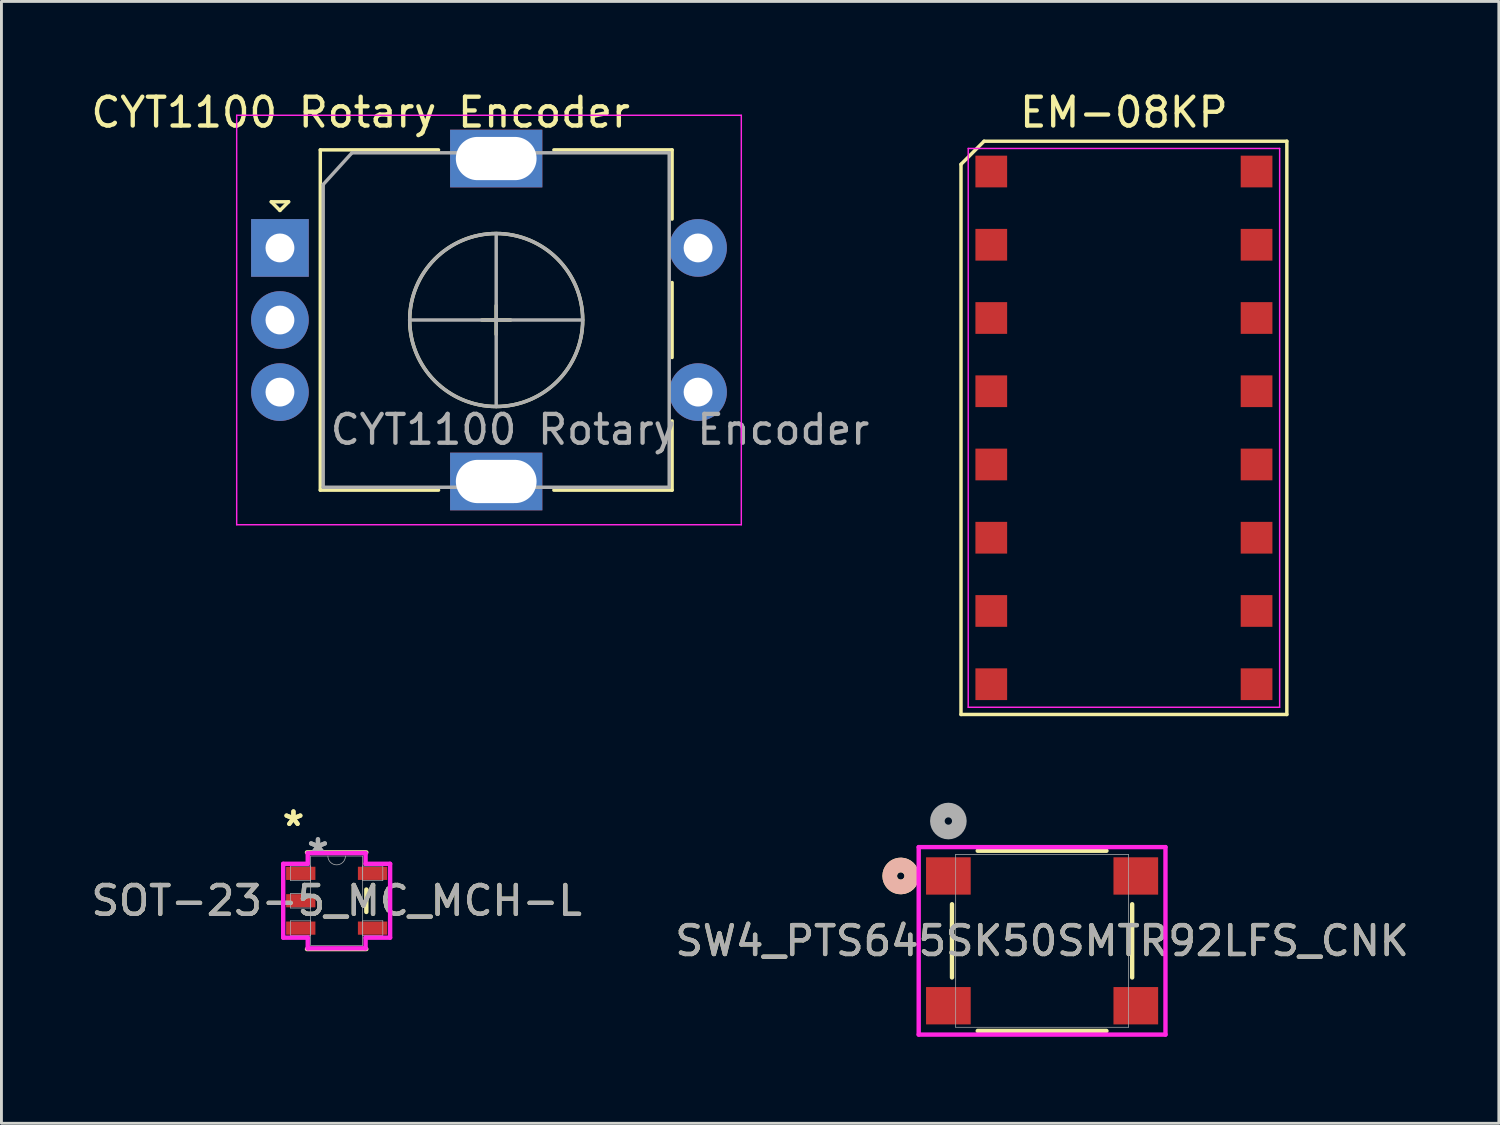
<source format=kicad_pcb>
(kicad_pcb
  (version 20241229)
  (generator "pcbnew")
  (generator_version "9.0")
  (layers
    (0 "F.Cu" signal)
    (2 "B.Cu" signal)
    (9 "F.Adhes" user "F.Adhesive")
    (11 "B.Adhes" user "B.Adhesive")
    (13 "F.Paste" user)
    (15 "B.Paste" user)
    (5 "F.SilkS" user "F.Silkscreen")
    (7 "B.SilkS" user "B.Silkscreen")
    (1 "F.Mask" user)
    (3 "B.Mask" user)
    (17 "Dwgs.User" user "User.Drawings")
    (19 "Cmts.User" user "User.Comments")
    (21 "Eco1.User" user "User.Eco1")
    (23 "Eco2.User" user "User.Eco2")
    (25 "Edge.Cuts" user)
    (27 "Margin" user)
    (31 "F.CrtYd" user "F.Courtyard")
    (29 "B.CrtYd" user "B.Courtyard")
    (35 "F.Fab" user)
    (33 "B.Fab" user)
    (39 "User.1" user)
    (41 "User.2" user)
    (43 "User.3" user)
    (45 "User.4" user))
  (footprint "SW4_PTS645SK50SMTR92LFS_CNK"
    (layer "F.Cu")
    (at 33.089 29.578)
    (property "Reference" "SW4_PTS645SK50SMTR92LFS_CNK" (at 0 0 0) (unlocked yes) (layer "F.SilkS") (effects (font (size 1 1) (thickness 0.15))))
    (attr smd)
    (fp_line (start -3.124 -1.27) (end -3.124 1.27) (stroke (width 0.152) (type solid)) (layer "F.SilkS"))
    (fp_line (start -2.232 3.124) (end 2.232 3.124) (stroke (width 0.152) (type solid)) (layer "F.SilkS"))
    (fp_line (start 2.232 -3.124) (end -2.232 -3.124) (stroke (width 0.152) (type solid)) (layer "F.SilkS"))
    (fp_line (start 3.124 1.27) (end 3.124 -1.27) (stroke (width 0.152) (type solid)) (layer "F.SilkS"))
    (fp_arc (start -4.535241 -2.14752) (mid -5.2832 -2.250001) (end -4.535241 -2.352481) (stroke (width 0.508) (type solid)) (layer "F.SilkS"))
    (fp_circle (center -4.902 -2.25) (end -4.521 -2.25) (stroke (width 0.508) (type solid)) (fill no) (layer "B.SilkS"))
    (fp_line (start -4.279 -3.251) (end -4.279 3.251) (stroke (width 0.152) (type solid)) (layer "F.CrtYd"))
    (fp_line (start -4.279 3.251) (end 4.279 3.251) (stroke (width 0.152) (type solid)) (layer "F.CrtYd"))
    (fp_line (start 4.279 -3.251) (end -4.279 -3.251) (stroke (width 0.152) (type solid)) (layer "F.CrtYd"))
    (fp_line (start 4.279 3.251) (end 4.279 -3.251) (stroke (width 0.152) (type solid)) (layer "F.CrtYd"))
    (fp_line (start -2.997 -2.997) (end -2.997 2.997) (stroke (width 0.025) (type solid)) (layer "F.Fab"))
    (fp_line (start -2.997 2.997) (end 2.997 2.997) (stroke (width 0.025) (type solid)) (layer "F.Fab"))
    (fp_line (start 2.997 -2.997) (end -2.997 -2.997) (stroke (width 0.025) (type solid)) (layer "F.Fab"))
    (fp_line (start 2.997 2.997) (end 2.997 -2.997) (stroke (width 0.025) (type solid)) (layer "F.Fab"))
    (fp_circle (center -3.25 -4.155) (end -2.869 -4.155) (stroke (width 0.508) (type solid)) (fill no) (layer "F.Fab"))
    (fp_text user "${REFERENCE}" (at 0 0 0) (unlocked yes) (layer "F.Fab") (effects (font (size 1 1) (thickness 0.15))))
    (pad "1" smd rect (at -3.25 -2.25) (size 1.549 1.295) (layers "F.Cu" "F.Mask" "F.Paste"))
    (pad "2" smd rect (at 3.25 -2.25) (size 1.549 1.295) (layers "F.Cu" "F.Mask" "F.Paste"))
    (pad "3" smd rect (at -3.25 2.25) (size 1.549 1.295) (layers "F.Cu" "F.Mask" "F.Paste"))
    (pad "4" smd rect (at 3.25 2.25) (size 1.549 1.295) (layers "F.Cu" "F.Mask" "F.Paste")))
  (footprint "CYT1100 Rotary Encoder"
    (layer "F.Cu")
    (at 6.658 5.548)
    (property "Reference" "CYT1100 Rotary Encoder" (at 2.8 -4.7 0) (layer "F.SilkS") (effects (font (size 1 1) (thickness 0.15))))
    (attr through_hole)
    (fp_line (start -0.3 -1.6) (end 0.3 -1.6) (stroke (width 0.12) (type solid)) (layer "F.SilkS"))
    (fp_line (start 0 -1.3) (end -0.3 -1.6) (stroke (width 0.12) (type solid)) (layer "F.SilkS"))
    (fp_line (start 0.3 -1.6) (end 0 -1.3) (stroke (width 0.12) (type solid)) (layer "F.SilkS"))
    (fp_line (start 1.4 -3.4) (end 1.4 8.4) (stroke (width 0.12) (type solid)) (layer "F.SilkS"))
    (fp_line (start 5.5 -3.4) (end 1.4 -3.4) (stroke (width 0.12) (type solid)) (layer "F.SilkS"))
    (fp_line (start 5.5 8.4) (end 1.4 8.4) (stroke (width 0.12) (type solid)) (layer "F.SilkS"))
    (fp_line (start 7 2.5) (end 8 2.5) (stroke (width 0.12) (type solid)) (layer "F.SilkS"))
    (fp_line (start 7.5 2) (end 7.5 3) (stroke (width 0.12) (type solid)) (layer "F.SilkS"))
    (fp_line (start 9.5 -3.4) (end 13.6 -3.4) (stroke (width 0.12) (type solid)) (layer "F.SilkS"))
    (fp_line (start 13.6 -3.4) (end 13.6 -1) (stroke (width 0.12) (type solid)) (layer "F.SilkS"))
    (fp_line (start 13.6 1.2) (end 13.6 3.8) (stroke (width 0.12) (type solid)) (layer "F.SilkS"))
    (fp_line (start 13.6 6) (end 13.6 8.4) (stroke (width 0.12) (type solid)) (layer "F.SilkS"))
    (fp_line (start 13.6 8.4) (end 9.5 8.4) (stroke (width 0.12) (type solid)) (layer "F.SilkS"))
    (fp_circle (center 7.5 2.5) (end 10.5 2.5) (stroke (width 0.12) (type solid)) (fill no) (layer "F.SilkS"))
    (fp_line (start -1.5 -4.6) (end -1.5 9.6) (stroke (width 0.05) (type solid)) (layer "F.CrtYd"))
    (fp_line (start -1.5 -4.6) (end 16 -4.6) (stroke (width 0.05) (type solid)) (layer "F.CrtYd"))
    (fp_line (start 16 9.6) (end -1.5 9.6) (stroke (width 0.05) (type solid)) (layer "F.CrtYd"))
    (fp_line (start 16 9.6) (end 16 -4.6) (stroke (width 0.05) (type solid)) (layer "F.CrtYd"))
    (fp_line (start 1.5 -2.2) (end 2.5 -3.3) (stroke (width 0.12) (type solid)) (layer "F.Fab"))
    (fp_line (start 1.5 8.3) (end 1.5 -2.2) (stroke (width 0.12) (type solid)) (layer "F.Fab"))
    (fp_line (start 2.5 -3.3) (end 13.5 -3.3) (stroke (width 0.12) (type solid)) (layer "F.Fab"))
    (fp_line (start 4.5 2.5) (end 10.5 2.5) (stroke (width 0.12) (type solid)) (layer "F.Fab"))
    (fp_line (start 7.5 -0.5) (end 7.5 5.5) (stroke (width 0.12) (type solid)) (layer "F.Fab"))
    (fp_line (start 13.5 -3.3) (end 13.5 8.3) (stroke (width 0.12) (type solid)) (layer "F.Fab"))
    (fp_line (start 13.5 8.3) (end 1.5 8.3) (stroke (width 0.12) (type solid)) (layer "F.Fab"))
    (fp_circle (center 7.5 2.5) (end 10.5 2.5) (stroke (width 0.12) (type solid)) (fill no) (layer "F.Fab"))
    (fp_text user "${REFERENCE}" (at 11.1 6.3 0) (layer "F.Fab") (effects (font (size 1 1) (thickness 0.15))))
    (pad "A" thru_hole rect (at 0 0) (size 2 2) (drill 1) (layers "*.Cu" "*.Mask"))
    (pad "B" thru_hole circle (at 0 5) (size 2 2) (drill 1) (layers "*.Cu" "*.Mask"))
    (pad "C" thru_hole circle (at 0 2.5) (size 2 2) (drill 1) (layers "*.Cu" "*.Mask"))
    (pad "MP" thru_hole rect (at 7.5 -3.1) (size 3.2 2) (drill oval 2.8 1.5) (layers "*.Cu" "*.Mask"))
    (pad "MP" thru_hole rect (at 7.5 8.1) (size 3.2 2) (drill oval 2.8 1.5) (layers "*.Cu" "*.Mask"))
    (pad "S1" thru_hole circle (at 14.5 5) (size 2 2) (drill 1) (layers "*.Cu" "*.Mask"))
    (pad "S2" thru_hole circle (at 14.5 0) (size 2 2) (drill 1) (layers "*.Cu" "*.Mask")))
  (footprint "EM-08KP"
    (layer "F.Cu")
    (at 36.082 12.423)
    (property "Reference" "EM-08KP" (at -0.155 -11.575 0) (layer "F.SilkS") (effects (font (size 1 1) (thickness 0.15))))
    (attr smd)
    (fp_line (start -5.805 -9.775) (end -5.005 -10.575) (stroke (width 0.12) (type default)) (layer "F.SilkS"))
    (fp_line (start -5.805 9.305) (end -5.805 -9.775) (stroke (width 0.12) (type default)) (layer "F.SilkS"))
    (fp_line (start -5.005 -10.575) (end 5.495 -10.575) (stroke (width 0.12) (type default)) (layer "F.SilkS"))
    (fp_line (start 5.495 -10.575) (end 5.495 9.305) (stroke (width 0.12) (type default)) (layer "F.SilkS"))
    (fp_line (start 5.495 9.305) (end -5.805 9.305) (stroke (width 0.12) (type default)) (layer "F.SilkS"))
    (fp_line (start -5.555 -10.325) (end 5.245 -10.325) (stroke (width 0.05) (type default)) (layer "F.CrtYd"))
    (fp_line (start -5.555 9.055) (end -5.555 -10.325) (stroke (width 0.05) (type default)) (layer "F.CrtYd"))
    (fp_line (start 5.245 -10.325) (end 5.245 9.055) (stroke (width 0.05) (type default)) (layer "F.CrtYd"))
    (fp_line (start 5.245 9.055) (end -5.555 9.055) (stroke (width 0.05) (type default)) (layer "F.CrtYd"))
    (pad "1" smd rect (at -4.755 -9.525 270) (size 1.1 1.1) (layers "F.Cu" "F.Mask" "F.Paste"))
    (pad "2" smd rect (at -4.755 -6.985 270) (size 1.1 1.1) (layers "F.Cu" "F.Mask" "F.Paste"))
    (pad "3" smd rect (at -4.755 -4.445 270) (size 1.1 1.1) (layers "F.Cu" "F.Mask" "F.Paste"))
    (pad "4" smd rect (at -4.755 -1.905 270) (size 1.1 1.1) (layers "F.Cu" "F.Mask" "F.Paste"))
    (pad "5" smd rect (at -4.755 0.635 270) (size 1.1 1.1) (layers "F.Cu" "F.Mask" "F.Paste"))
    (pad "6" smd rect (at -4.755 3.175 270) (size 1.1 1.1) (layers "F.Cu" "F.Mask" "F.Paste"))
    (pad "7" smd rect (at -4.755 5.715 270) (size 1.1 1.1) (layers "F.Cu" "F.Mask" "F.Paste"))
    (pad "8" smd rect (at -4.755 8.255 270) (size 1.1 1.1) (layers "F.Cu" "F.Mask" "F.Paste"))
    (pad "9" smd rect (at 4.445 8.255 270) (size 1.1 1.1) (layers "F.Cu" "F.Mask" "F.Paste"))
    (pad "10" smd rect (at 4.445 5.715 270) (size 1.1 1.1) (layers "F.Cu" "F.Mask" "F.Paste"))
    (pad "11" smd rect (at 4.445 3.175 270) (size 1.1 1.1) (layers "F.Cu" "F.Mask" "F.Paste"))
    (pad "12" smd rect (at 4.445 0.635 270) (size 1.1 1.1) (layers "F.Cu" "F.Mask" "F.Paste"))
    (pad "13" smd rect (at 4.445 -1.905 270) (size 1.1 1.1) (layers "F.Cu" "F.Mask" "F.Paste"))
    (pad "14" smd rect (at 4.445 -4.445 270) (size 1.1 1.1) (layers "F.Cu" "F.Mask" "F.Paste"))
    (pad "15" smd rect (at 4.445 -6.985 270) (size 1.1 1.1) (layers "F.Cu" "F.Mask" "F.Paste"))
    (pad "16" smd rect (at 4.445 -9.525 270) (size 1.1 1.1) (layers "F.Cu" "F.Mask" "F.Paste")))
  (footprint "SOT-23-5_MC_MCH-L"
    (layer "F.Cu")
    (at 8.625 28.187)
    (property "Reference" "SOT-23-5_MC_MCH-L" (at 0 0 0) (unlocked yes) (layer "F.SilkS") (effects (font (size 1 1) (thickness 0.15))))
    (attr smd)
    (fp_line (start -1.029 1.676) (end 1.029 1.676) (stroke (width 0.152) (type solid)) (layer "F.SilkS"))
    (fp_line (start 1.029 -1.676) (end -1.029 -1.676) (stroke (width 0.152) (type solid)) (layer "F.SilkS"))
    (fp_line (start 1.029 0.389) (end 1.029 -0.389) (stroke (width 0.152) (type solid)) (layer "F.SilkS"))
    (fp_line (start -1.854 -1.28) (end -1.003 -1.28) (stroke (width 0.152) (type solid)) (layer "F.CrtYd"))
    (fp_line (start -1.854 1.28) (end -1.854 -1.28) (stroke (width 0.152) (type solid)) (layer "F.CrtYd"))
    (fp_line (start -1.003 -1.651) (end 1.003 -1.651) (stroke (width 0.152) (type solid)) (layer "F.CrtYd"))
    (fp_line (start -1.003 -1.28) (end -1.003 -1.651) (stroke (width 0.152) (type solid)) (layer "F.CrtYd"))
    (fp_line (start -1.003 1.28) (end -1.854 1.28) (stroke (width 0.152) (type solid)) (layer "F.CrtYd"))
    (fp_line (start -1.003 1.651) (end -1.003 1.28) (stroke (width 0.152) (type solid)) (layer "F.CrtYd"))
    (fp_line (start 1.003 -1.651) (end 1.003 -1.28) (stroke (width 0.152) (type solid)) (layer "F.CrtYd"))
    (fp_line (start 1.003 -1.28) (end 1.854 -1.28) (stroke (width 0.152) (type solid)) (layer "F.CrtYd"))
    (fp_line (start 1.003 1.28) (end 1.003 1.651) (stroke (width 0.152) (type solid)) (layer "F.CrtYd"))
    (fp_line (start 1.003 1.651) (end -1.003 1.651) (stroke (width 0.152) (type solid)) (layer "F.CrtYd"))
    (fp_line (start 1.854 -1.28) (end 1.854 1.28) (stroke (width 0.152) (type solid)) (layer "F.CrtYd"))
    (fp_line (start 1.854 1.28) (end 1.003 1.28) (stroke (width 0.152) (type solid)) (layer "F.CrtYd"))
    (fp_line (start -1.6 -1.204) (end -1.6 -0.696) (stroke (width 0.025) (type solid)) (layer "F.Fab"))
    (fp_line (start -1.6 -0.696) (end -0.902 -0.696) (stroke (width 0.025) (type solid)) (layer "F.Fab"))
    (fp_line (start -1.6 -0.254) (end -1.6 0.254) (stroke (width 0.025) (type solid)) (layer "F.Fab"))
    (fp_line (start -1.6 0.254) (end -0.902 0.254) (stroke (width 0.025) (type solid)) (layer "F.Fab"))
    (fp_line (start -1.6 0.696) (end -1.6 1.204) (stroke (width 0.025) (type solid)) (layer "F.Fab"))
    (fp_line (start -1.6 1.204) (end -0.902 1.204) (stroke (width 0.025) (type solid)) (layer "F.Fab"))
    (fp_line (start -0.902 -1.549) (end -0.902 1.549) (stroke (width 0.025) (type solid)) (layer "F.Fab"))
    (fp_line (start -0.902 -1.204) (end -1.6 -1.204) (stroke (width 0.025) (type solid)) (layer "F.Fab"))
    (fp_line (start -0.902 -0.696) (end -0.902 -1.204) (stroke (width 0.025) (type solid)) (layer "F.Fab"))
    (fp_line (start -0.902 -0.254) (end -1.6 -0.254) (stroke (width 0.025) (type solid)) (layer "F.Fab"))
    (fp_line (start -0.902 0.254) (end -0.902 -0.254) (stroke (width 0.025) (type solid)) (layer "F.Fab"))
    (fp_line (start -0.902 0.696) (end -1.6 0.696) (stroke (width 0.025) (type solid)) (layer "F.Fab"))
    (fp_line (start -0.902 1.204) (end -0.902 0.696) (stroke (width 0.025) (type solid)) (layer "F.Fab"))
    (fp_line (start -0.902 1.549) (end 0.902 1.549) (stroke (width 0.025) (type solid)) (layer "F.Fab"))
    (fp_line (start 0.902 -1.549) (end -0.902 -1.549) (stroke (width 0.025) (type solid)) (layer "F.Fab"))
    (fp_line (start 0.902 -1.204) (end 0.902 -0.696) (stroke (width 0.025) (type solid)) (layer "F.Fab"))
    (fp_line (start 0.902 -0.696) (end 1.6 -0.696) (stroke (width 0.025) (type solid)) (layer "F.Fab"))
    (fp_line (start 0.902 0.696) (end 0.902 1.204) (stroke (width 0.025) (type solid)) (layer "F.Fab"))
    (fp_line (start 0.902 1.204) (end 1.6 1.204) (stroke (width 0.025) (type solid)) (layer "F.Fab"))
    (fp_line (start 0.902 1.549) (end 0.902 -1.549) (stroke (width 0.025) (type solid)) (layer "F.Fab"))
    (fp_line (start 1.6 -1.204) (end 0.902 -1.204) (stroke (width 0.025) (type solid)) (layer "F.Fab"))
    (fp_line (start 1.6 -0.696) (end 1.6 -1.204) (stroke (width 0.025) (type solid)) (layer "F.Fab"))
    (fp_line (start 1.6 0.696) (end 0.902 0.696) (stroke (width 0.025) (type solid)) (layer "F.Fab"))
    (fp_line (start 1.6 1.204) (end 1.6 0.696) (stroke (width 0.025) (type solid)) (layer "F.Fab"))
    (fp_arc (start 0.3048 -1.5494) (mid 0 -1.2446) (end -0.3048 -1.5494) (stroke (width 0.0254) (type solid)) (layer "F.Fab"))
    (fp_text user "*" (at -1.499 -2.55 0) (layer "F.SilkS") (effects (font (size 1 1) (thickness 0.15))))
    (fp_text user "*" (at -1.499 -2.55 0) (unlocked yes) (layer "F.SilkS") (effects (font (size 1 1) (thickness 0.15))))
    (fp_text user "${REFERENCE}" (at 0 0 0) (unlocked yes) (layer "F.Fab") (effects (font (size 1 1) (thickness 0.15))))
    (fp_text user "*" (at -0.648 -1.585 0) (unlocked yes) (layer "F.Fab") (effects (font (size 1 1) (thickness 0.15))))
    (fp_text user "*" (at -0.648 -1.585 0) (layer "F.Fab") (effects (font (size 1 1) (thickness 0.15))))
    (pad "1" smd rect (at -1.245 -0.95) (size 1.016 0.457) (layers "F.Cu" "F.Mask" "F.Paste"))
    (pad "2" smd rect (at -1.245 0) (size 1.016 0.457) (layers "F.Cu" "F.Mask" "F.Paste"))
    (pad "3" smd rect (at -1.245 0.95) (size 1.016 0.457) (layers "F.Cu" "F.Mask" "F.Paste"))
    (pad "4" smd rect (at 1.245 0.95) (size 1.016 0.457) (layers "F.Cu" "F.Mask" "F.Paste"))
    (pad "5" smd rect (at 1.245 -0.95) (size 1.016 0.457) (layers "F.Cu" "F.Mask" "F.Paste")))
  (gr_rect
    (start -3 -3)
    (end 48.929 35.906)
    (stroke (width 0.1) (type default))
    (fill no)
    (layer "Edge.Cuts")))
</source>
